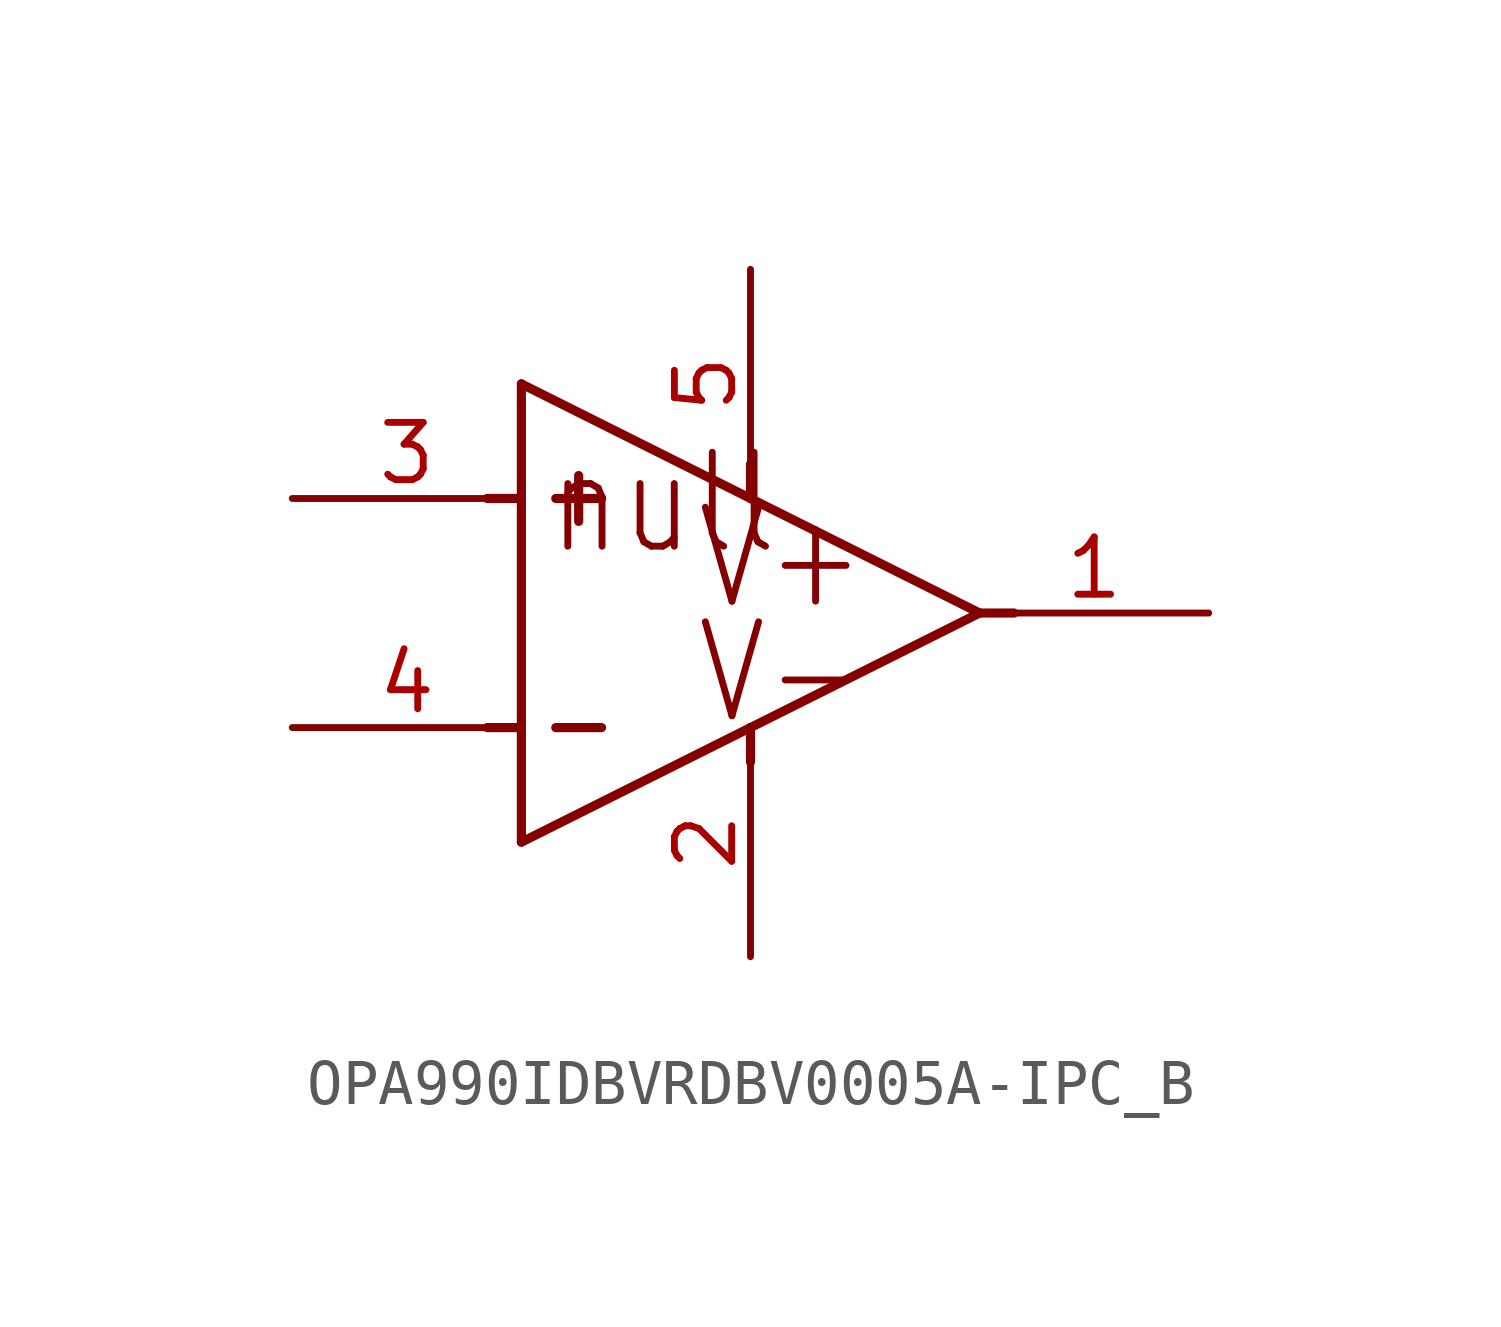
<source format=kicad_sym>
(kicad_symbol_lib
  (version 20231120)
  (generator "kicad_symbol_editor")
  (generator_version "8.0")
  (symbol "OPA990IDBVRDBV0005A-IPC_B"
    (property "Reference" "U"
      (at -4.724 1.499 0)
      (effects (font (size 2.083 1.77)) (justify left bottom) (hide yes)))
    (property "ki_locked" ""
      (at 0 0 0)
      (effects (font (size 1.27 1.27))))
    (symbol "OPA990IDBVRDBV0005A-IPC_B_1_0"
      (polyline (pts (xy 5.08 -7.62) (xy 5.08 -5.08)) (stroke (width 0.203) (type solid)) (fill (type none)))
      (polyline (pts (xy 5.08 -7.62) (xy 10.16 -5.08)) (stroke (width 0.203) (type solid)) (fill (type none)))
      (polyline (pts (xy 5.08 -5.08) (xy 4.318 -5.08)) (stroke (width 0.203) (type solid)) (fill (type none)))
      (polyline (pts (xy 5.08 -5.08) (xy 5.08 0)) (stroke (width 0.203) (type solid)) (fill (type none)))
      (polyline (pts (xy 5.08 0) (xy 4.318 0)) (stroke (width 0.203) (type solid)) (fill (type none)))
      (polyline (pts (xy 5.08 0) (xy 5.08 2.54)) (stroke (width 0.203) (type solid)) (fill (type none)))
      (polyline (pts (xy 5.08 2.54) (xy 10.16 0)) (stroke (width 0.203) (type solid)) (fill (type none)))
      (polyline (pts (xy 6.35 -0.508) (xy 6.35 0.508)) (stroke (width 0.203) (type solid)) (fill (type none)))
      (polyline (pts (xy 6.858 -5.08) (xy 5.842 -5.08)) (stroke (width 0.203) (type solid)) (fill (type none)))
      (polyline (pts (xy 6.858 0) (xy 5.842 0)) (stroke (width 0.203) (type solid)) (fill (type none)))
      (polyline (pts (xy 10.16 -5.08) (xy 10.16 -5.842)) (stroke (width 0.203) (type solid)) (fill (type none)))
      (polyline (pts (xy 10.16 -5.08) (xy 15.24 -2.54)) (stroke (width 0.203) (type solid)) (fill (type none)))
      (polyline (pts (xy 10.16 0) (xy 10.16 0.762)) (stroke (width 0.203) (type solid)) (fill (type none)))
      (polyline (pts (xy 10.16 0) (xy 15.24 -2.54)) (stroke (width 0.203) (type solid)) (fill (type none)))
      (polyline (pts (xy 15.24 -2.54) (xy 16.002 -2.54)) (stroke (width 0.203) (type solid)) (fill (type none)))
      (text "null" (at 5.588 -1.321 0) (effects (font (size 2.083 1.77)) (justify left bottom)))
      (text "V+" (at 8.89 -2.54 0) (effects (font (size 2.083 1.77)) (justify left bottom)))
      (text "V-" (at 8.89 -5.08 0) (effects (font (size 2.083 1.77)) (justify left bottom)))
      (pin passive line (at 20.32 -2.54 180) (length 5.08) (name "OUT" (effects (font (size 0 0)))) (number "1" (effects (font (size 1.27 1.27)))))
      (pin power_in line (at 10.16 -10.16 90) (length 5.08) (name "V-" (effects (font (size 0 0)))) (number "2" (effects (font (size 1.27 1.27)))))
      (pin tri_state line (at 0 0 0) (length 5.08) (name "IN+" (effects (font (size 0 0)))) (number "3" (effects (font (size 1.27 1.27)))))
      (pin tri_state line (at 0 -5.08 0) (length 5.08) (name "IN-" (effects (font (size 0 0)))) (number "4" (effects (font (size 1.27 1.27)))))
      (pin power_in line (at 10.16 5.08 270) (length 5.08) (name "V+" (effects (font (size 0 0)))) (number "5" (effects (font (size 1.27 1.27))))))))
</source>
